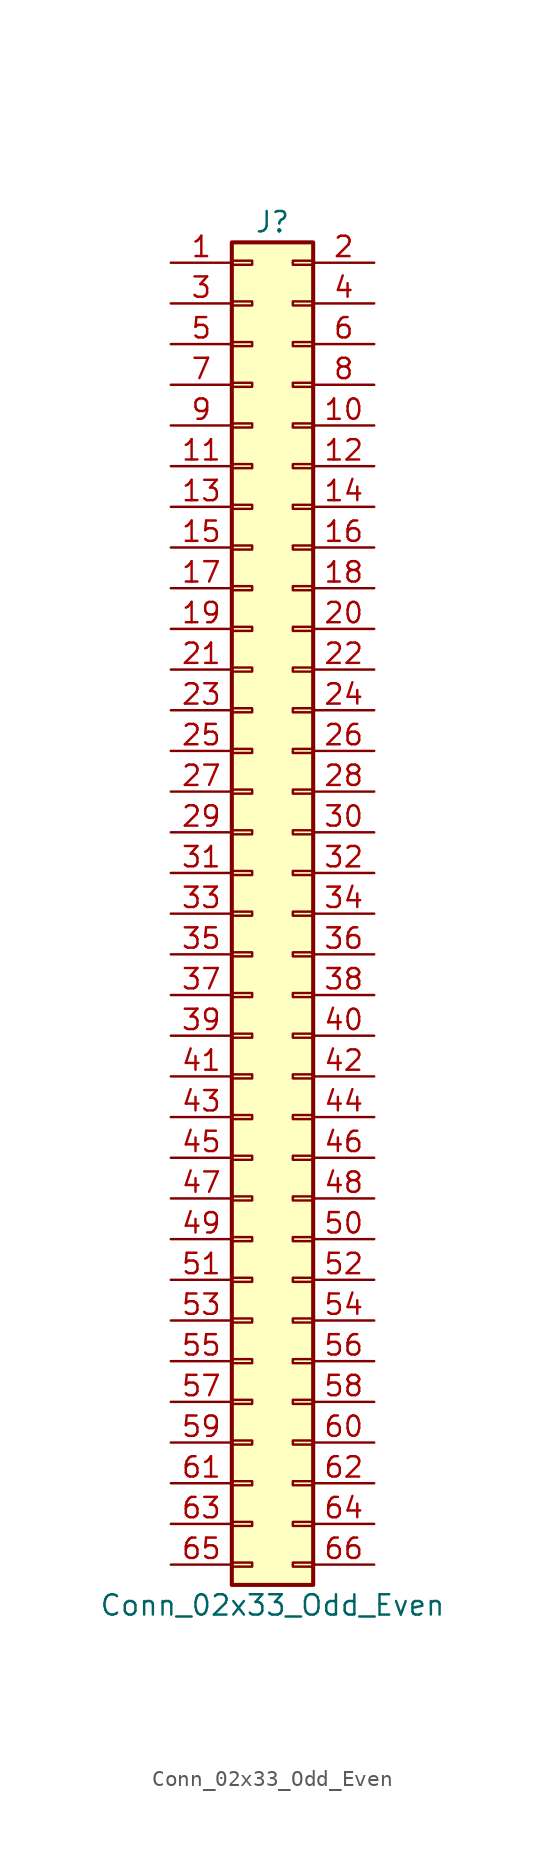
<source format=kicad_sym>
(kicad_symbol_lib
  (version 20201005)
  (generator kicad_symbol_editor)
  (symbol "Conn_02x33_Odd_Even"
    (pin_names
      (offset 1.016) hide)
    (property "Reference" "J"
      (at 1.27 43.18 0)
      (effects (font (size 1.27 1.27))))
    (property "Value" "Conn_02x33_Odd_Even"
      (at 1.27 -43.18 0)
      (effects (font (size 1.27 1.27))))
    (symbol "Conn_02x33_Odd_Even_1_1"
      (rectangle (start -1.27 -40.513) (end 0 -40.767) (stroke (width 0.152)) (fill (type none)))
      (rectangle (start -1.27 -37.973) (end 0 -38.227) (stroke (width 0.152)) (fill (type none)))
      (rectangle (start -1.27 -35.433) (end 0 -35.687) (stroke (width 0.152)) (fill (type none)))
      (rectangle (start -1.27 -32.893) (end 0 -33.147) (stroke (width 0.152)) (fill (type none)))
      (rectangle (start -1.27 -30.353) (end 0 -30.607) (stroke (width 0.152)) (fill (type none)))
      (rectangle (start -1.27 -27.813) (end 0 -28.067) (stroke (width 0.152)) (fill (type none)))
      (rectangle (start -1.27 -25.273) (end 0 -25.527) (stroke (width 0.152)) (fill (type none)))
      (rectangle (start -1.27 -22.733) (end 0 -22.987) (stroke (width 0.152)) (fill (type none)))
      (rectangle (start -1.27 -20.193) (end 0 -20.447) (stroke (width 0.152)) (fill (type none)))
      (rectangle (start -1.27 -17.653) (end 0 -17.907) (stroke (width 0.152)) (fill (type none)))
      (rectangle (start -1.27 -15.113) (end 0 -15.367) (stroke (width 0.152)) (fill (type none)))
      (rectangle (start -1.27 -12.573) (end 0 -12.827) (stroke (width 0.152)) (fill (type none)))
      (rectangle (start -1.27 -10.033) (end 0 -10.287) (stroke (width 0.152)) (fill (type none)))
      (rectangle (start -1.27 -7.493) (end 0 -7.747) (stroke (width 0.152)) (fill (type none)))
      (rectangle (start -1.27 -4.953) (end 0 -5.207) (stroke (width 0.152)) (fill (type none)))
      (rectangle (start -1.27 -2.413) (end 0 -2.667) (stroke (width 0.152)) (fill (type none)))
      (rectangle (start -1.27 0.127) (end 0 -0.127) (stroke (width 0.152)) (fill (type none)))
      (rectangle (start -1.27 2.667) (end 0 2.413) (stroke (width 0.152)) (fill (type none)))
      (rectangle (start -1.27 5.207) (end 0 4.953) (stroke (width 0.152)) (fill (type none)))
      (rectangle (start -1.27 7.747) (end 0 7.493) (stroke (width 0.152)) (fill (type none)))
      (rectangle (start -1.27 10.287) (end 0 10.033) (stroke (width 0.152)) (fill (type none)))
      (rectangle (start -1.27 12.827) (end 0 12.573) (stroke (width 0.152)) (fill (type none)))
      (rectangle (start -1.27 15.367) (end 0 15.113) (stroke (width 0.152)) (fill (type none)))
      (rectangle (start -1.27 17.907) (end 0 17.653) (stroke (width 0.152)) (fill (type none)))
      (rectangle (start -1.27 20.447) (end 0 20.193) (stroke (width 0.152)) (fill (type none)))
      (rectangle (start -1.27 22.987) (end 0 22.733) (stroke (width 0.152)) (fill (type none)))
      (rectangle (start -1.27 25.527) (end 0 25.273) (stroke (width 0.152)) (fill (type none)))
      (rectangle (start -1.27 28.067) (end 0 27.813) (stroke (width 0.152)) (fill (type none)))
      (rectangle (start -1.27 30.607) (end 0 30.353) (stroke (width 0.152)) (fill (type none)))
      (rectangle (start -1.27 33.147) (end 0 32.893) (stroke (width 0.152)) (fill (type none)))
      (rectangle (start -1.27 35.687) (end 0 35.433) (stroke (width 0.152)) (fill (type none)))
      (rectangle (start -1.27 38.227) (end 0 37.973) (stroke (width 0.152)) (fill (type none)))
      (rectangle (start -1.27 40.767) (end 0 40.513) (stroke (width 0.152)) (fill (type none)))
      (rectangle (start -1.27 41.91) (end 3.81 -41.91) (stroke (width 0.254)) (fill (type background)))
      (rectangle (start 3.81 -40.513) (end 2.54 -40.767) (stroke (width 0.152)) (fill (type none)))
      (rectangle (start 3.81 -37.973) (end 2.54 -38.227) (stroke (width 0.152)) (fill (type none)))
      (rectangle (start 3.81 -35.433) (end 2.54 -35.687) (stroke (width 0.152)) (fill (type none)))
      (rectangle (start 3.81 -32.893) (end 2.54 -33.147) (stroke (width 0.152)) (fill (type none)))
      (rectangle (start 3.81 -30.353) (end 2.54 -30.607) (stroke (width 0.152)) (fill (type none)))
      (rectangle (start 3.81 -27.813) (end 2.54 -28.067) (stroke (width 0.152)) (fill (type none)))
      (rectangle (start 3.81 -25.273) (end 2.54 -25.527) (stroke (width 0.152)) (fill (type none)))
      (rectangle (start 3.81 -22.733) (end 2.54 -22.987) (stroke (width 0.152)) (fill (type none)))
      (rectangle (start 3.81 -20.193) (end 2.54 -20.447) (stroke (width 0.152)) (fill (type none)))
      (rectangle (start 3.81 -17.653) (end 2.54 -17.907) (stroke (width 0.152)) (fill (type none)))
      (rectangle (start 3.81 -15.113) (end 2.54 -15.367) (stroke (width 0.152)) (fill (type none)))
      (rectangle (start 3.81 -12.573) (end 2.54 -12.827) (stroke (width 0.152)) (fill (type none)))
      (rectangle (start 3.81 -10.033) (end 2.54 -10.287) (stroke (width 0.152)) (fill (type none)))
      (rectangle (start 3.81 -7.493) (end 2.54 -7.747) (stroke (width 0.152)) (fill (type none)))
      (rectangle (start 3.81 -4.953) (end 2.54 -5.207) (stroke (width 0.152)) (fill (type none)))
      (rectangle (start 3.81 -2.413) (end 2.54 -2.667) (stroke (width 0.152)) (fill (type none)))
      (rectangle (start 3.81 0.127) (end 2.54 -0.127) (stroke (width 0.152)) (fill (type none)))
      (rectangle (start 3.81 2.667) (end 2.54 2.413) (stroke (width 0.152)) (fill (type none)))
      (rectangle (start 3.81 5.207) (end 2.54 4.953) (stroke (width 0.152)) (fill (type none)))
      (rectangle (start 3.81 7.747) (end 2.54 7.493) (stroke (width 0.152)) (fill (type none)))
      (rectangle (start 3.81 10.287) (end 2.54 10.033) (stroke (width 0.152)) (fill (type none)))
      (rectangle (start 3.81 12.827) (end 2.54 12.573) (stroke (width 0.152)) (fill (type none)))
      (rectangle (start 3.81 15.367) (end 2.54 15.113) (stroke (width 0.152)) (fill (type none)))
      (rectangle (start 3.81 17.907) (end 2.54 17.653) (stroke (width 0.152)) (fill (type none)))
      (rectangle (start 3.81 20.447) (end 2.54 20.193) (stroke (width 0.152)) (fill (type none)))
      (rectangle (start 3.81 22.987) (end 2.54 22.733) (stroke (width 0.152)) (fill (type none)))
      (rectangle (start 3.81 25.527) (end 2.54 25.273) (stroke (width 0.152)) (fill (type none)))
      (rectangle (start 3.81 28.067) (end 2.54 27.813) (stroke (width 0.152)) (fill (type none)))
      (rectangle (start 3.81 30.607) (end 2.54 30.353) (stroke (width 0.152)) (fill (type none)))
      (rectangle (start 3.81 33.147) (end 2.54 32.893) (stroke (width 0.152)) (fill (type none)))
      (rectangle (start 3.81 35.687) (end 2.54 35.433) (stroke (width 0.152)) (fill (type none)))
      (rectangle (start 3.81 38.227) (end 2.54 37.973) (stroke (width 0.152)) (fill (type none)))
      (rectangle (start 3.81 40.767) (end 2.54 40.513) (stroke (width 0.152)) (fill (type none)))
      (pin passive line (at -5.08 40.64 0) (length 3.81) (name "Pin_1" (effects (font (size 1.27 1.27)))) (number "1" (effects (font (size 1.27 1.27)))))
      (pin passive line (at 7.62 30.48 180) (length 3.81) (name "Pin_10" (effects (font (size 1.27 1.27)))) (number "10" (effects (font (size 1.27 1.27)))))
      (pin passive line (at -5.08 27.94 0) (length 3.81) (name "Pin_11" (effects (font (size 1.27 1.27)))) (number "11" (effects (font (size 1.27 1.27)))))
      (pin passive line (at 7.62 27.94 180) (length 3.81) (name "Pin_12" (effects (font (size 1.27 1.27)))) (number "12" (effects (font (size 1.27 1.27)))))
      (pin passive line (at -5.08 25.4 0) (length 3.81) (name "Pin_13" (effects (font (size 1.27 1.27)))) (number "13" (effects (font (size 1.27 1.27)))))
      (pin passive line (at 7.62 25.4 180) (length 3.81) (name "Pin_14" (effects (font (size 1.27 1.27)))) (number "14" (effects (font (size 1.27 1.27)))))
      (pin passive line (at -5.08 22.86 0) (length 3.81) (name "Pin_15" (effects (font (size 1.27 1.27)))) (number "15" (effects (font (size 1.27 1.27)))))
      (pin passive line (at 7.62 22.86 180) (length 3.81) (name "Pin_16" (effects (font (size 1.27 1.27)))) (number "16" (effects (font (size 1.27 1.27)))))
      (pin passive line (at -5.08 20.32 0) (length 3.81) (name "Pin_17" (effects (font (size 1.27 1.27)))) (number "17" (effects (font (size 1.27 1.27)))))
      (pin passive line (at 7.62 20.32 180) (length 3.81) (name "Pin_18" (effects (font (size 1.27 1.27)))) (number "18" (effects (font (size 1.27 1.27)))))
      (pin passive line (at -5.08 17.78 0) (length 3.81) (name "Pin_19" (effects (font (size 1.27 1.27)))) (number "19" (effects (font (size 1.27 1.27)))))
      (pin passive line (at 7.62 40.64 180) (length 3.81) (name "Pin_2" (effects (font (size 1.27 1.27)))) (number "2" (effects (font (size 1.27 1.27)))))
      (pin passive line (at 7.62 17.78 180) (length 3.81) (name "Pin_20" (effects (font (size 1.27 1.27)))) (number "20" (effects (font (size 1.27 1.27)))))
      (pin passive line (at -5.08 15.24 0) (length 3.81) (name "Pin_21" (effects (font (size 1.27 1.27)))) (number "21" (effects (font (size 1.27 1.27)))))
      (pin passive line (at 7.62 15.24 180) (length 3.81) (name "Pin_22" (effects (font (size 1.27 1.27)))) (number "22" (effects (font (size 1.27 1.27)))))
      (pin passive line (at -5.08 12.7 0) (length 3.81) (name "Pin_23" (effects (font (size 1.27 1.27)))) (number "23" (effects (font (size 1.27 1.27)))))
      (pin passive line (at 7.62 12.7 180) (length 3.81) (name "Pin_24" (effects (font (size 1.27 1.27)))) (number "24" (effects (font (size 1.27 1.27)))))
      (pin passive line (at -5.08 10.16 0) (length 3.81) (name "Pin_25" (effects (font (size 1.27 1.27)))) (number "25" (effects (font (size 1.27 1.27)))))
      (pin passive line (at 7.62 10.16 180) (length 3.81) (name "Pin_26" (effects (font (size 1.27 1.27)))) (number "26" (effects (font (size 1.27 1.27)))))
      (pin passive line (at -5.08 7.62 0) (length 3.81) (name "Pin_27" (effects (font (size 1.27 1.27)))) (number "27" (effects (font (size 1.27 1.27)))))
      (pin passive line (at 7.62 7.62 180) (length 3.81) (name "Pin_28" (effects (font (size 1.27 1.27)))) (number "28" (effects (font (size 1.27 1.27)))))
      (pin passive line (at -5.08 5.08 0) (length 3.81) (name "Pin_29" (effects (font (size 1.27 1.27)))) (number "29" (effects (font (size 1.27 1.27)))))
      (pin passive line (at -5.08 38.1 0) (length 3.81) (name "Pin_3" (effects (font (size 1.27 1.27)))) (number "3" (effects (font (size 1.27 1.27)))))
      (pin passive line (at 7.62 5.08 180) (length 3.81) (name "Pin_30" (effects (font (size 1.27 1.27)))) (number "30" (effects (font (size 1.27 1.27)))))
      (pin passive line (at -5.08 2.54 0) (length 3.81) (name "Pin_31" (effects (font (size 1.27 1.27)))) (number "31" (effects (font (size 1.27 1.27)))))
      (pin passive line (at 7.62 2.54 180) (length 3.81) (name "Pin_32" (effects (font (size 1.27 1.27)))) (number "32" (effects (font (size 1.27 1.27)))))
      (pin passive line (at -5.08 0 0) (length 3.81) (name "Pin_33" (effects (font (size 1.27 1.27)))) (number "33" (effects (font (size 1.27 1.27)))))
      (pin passive line (at 7.62 0 180) (length 3.81) (name "Pin_34" (effects (font (size 1.27 1.27)))) (number "34" (effects (font (size 1.27 1.27)))))
      (pin passive line (at -5.08 -2.54 0) (length 3.81) (name "Pin_35" (effects (font (size 1.27 1.27)))) (number "35" (effects (font (size 1.27 1.27)))))
      (pin passive line (at 7.62 -2.54 180) (length 3.81) (name "Pin_36" (effects (font (size 1.27 1.27)))) (number "36" (effects (font (size 1.27 1.27)))))
      (pin passive line (at -5.08 -5.08 0) (length 3.81) (name "Pin_37" (effects (font (size 1.27 1.27)))) (number "37" (effects (font (size 1.27 1.27)))))
      (pin passive line (at 7.62 -5.08 180) (length 3.81) (name "Pin_38" (effects (font (size 1.27 1.27)))) (number "38" (effects (font (size 1.27 1.27)))))
      (pin passive line (at -5.08 -7.62 0) (length 3.81) (name "Pin_39" (effects (font (size 1.27 1.27)))) (number "39" (effects (font (size 1.27 1.27)))))
      (pin passive line (at 7.62 38.1 180) (length 3.81) (name "Pin_4" (effects (font (size 1.27 1.27)))) (number "4" (effects (font (size 1.27 1.27)))))
      (pin passive line (at 7.62 -7.62 180) (length 3.81) (name "Pin_40" (effects (font (size 1.27 1.27)))) (number "40" (effects (font (size 1.27 1.27)))))
      (pin passive line (at -5.08 -10.16 0) (length 3.81) (name "Pin_41" (effects (font (size 1.27 1.27)))) (number "41" (effects (font (size 1.27 1.27)))))
      (pin passive line (at 7.62 -10.16 180) (length 3.81) (name "Pin_42" (effects (font (size 1.27 1.27)))) (number "42" (effects (font (size 1.27 1.27)))))
      (pin passive line (at -5.08 -12.7 0) (length 3.81) (name "Pin_43" (effects (font (size 1.27 1.27)))) (number "43" (effects (font (size 1.27 1.27)))))
      (pin passive line (at 7.62 -12.7 180) (length 3.81) (name "Pin_44" (effects (font (size 1.27 1.27)))) (number "44" (effects (font (size 1.27 1.27)))))
      (pin passive line (at -5.08 -15.24 0) (length 3.81) (name "Pin_45" (effects (font (size 1.27 1.27)))) (number "45" (effects (font (size 1.27 1.27)))))
      (pin passive line (at 7.62 -15.24 180) (length 3.81) (name "Pin_46" (effects (font (size 1.27 1.27)))) (number "46" (effects (font (size 1.27 1.27)))))
      (pin passive line (at -5.08 -17.78 0) (length 3.81) (name "Pin_47" (effects (font (size 1.27 1.27)))) (number "47" (effects (font (size 1.27 1.27)))))
      (pin passive line (at 7.62 -17.78 180) (length 3.81) (name "Pin_48" (effects (font (size 1.27 1.27)))) (number "48" (effects (font (size 1.27 1.27)))))
      (pin passive line (at -5.08 -20.32 0) (length 3.81) (name "Pin_49" (effects (font (size 1.27 1.27)))) (number "49" (effects (font (size 1.27 1.27)))))
      (pin passive line (at -5.08 35.56 0) (length 3.81) (name "Pin_5" (effects (font (size 1.27 1.27)))) (number "5" (effects (font (size 1.27 1.27)))))
      (pin passive line (at 7.62 -20.32 180) (length 3.81) (name "Pin_50" (effects (font (size 1.27 1.27)))) (number "50" (effects (font (size 1.27 1.27)))))
      (pin passive line (at -5.08 -22.86 0) (length 3.81) (name "Pin_51" (effects (font (size 1.27 1.27)))) (number "51" (effects (font (size 1.27 1.27)))))
      (pin passive line (at 7.62 -22.86 180) (length 3.81) (name "Pin_52" (effects (font (size 1.27 1.27)))) (number "52" (effects (font (size 1.27 1.27)))))
      (pin passive line (at -5.08 -25.4 0) (length 3.81) (name "Pin_53" (effects (font (size 1.27 1.27)))) (number "53" (effects (font (size 1.27 1.27)))))
      (pin passive line (at 7.62 -25.4 180) (length 3.81) (name "Pin_54" (effects (font (size 1.27 1.27)))) (number "54" (effects (font (size 1.27 1.27)))))
      (pin passive line (at -5.08 -27.94 0) (length 3.81) (name "Pin_55" (effects (font (size 1.27 1.27)))) (number "55" (effects (font (size 1.27 1.27)))))
      (pin passive line (at 7.62 -27.94 180) (length 3.81) (name "Pin_56" (effects (font (size 1.27 1.27)))) (number "56" (effects (font (size 1.27 1.27)))))
      (pin passive line (at -5.08 -30.48 0) (length 3.81) (name "Pin_57" (effects (font (size 1.27 1.27)))) (number "57" (effects (font (size 1.27 1.27)))))
      (pin passive line (at 7.62 -30.48 180) (length 3.81) (name "Pin_58" (effects (font (size 1.27 1.27)))) (number "58" (effects (font (size 1.27 1.27)))))
      (pin passive line (at -5.08 -33.02 0) (length 3.81) (name "Pin_59" (effects (font (size 1.27 1.27)))) (number "59" (effects (font (size 1.27 1.27)))))
      (pin passive line (at 7.62 35.56 180) (length 3.81) (name "Pin_6" (effects (font (size 1.27 1.27)))) (number "6" (effects (font (size 1.27 1.27)))))
      (pin passive line (at 7.62 -33.02 180) (length 3.81) (name "Pin_60" (effects (font (size 1.27 1.27)))) (number "60" (effects (font (size 1.27 1.27)))))
      (pin passive line (at -5.08 -35.56 0) (length 3.81) (name "Pin_61" (effects (font (size 1.27 1.27)))) (number "61" (effects (font (size 1.27 1.27)))))
      (pin passive line (at 7.62 -35.56 180) (length 3.81) (name "Pin_62" (effects (font (size 1.27 1.27)))) (number "62" (effects (font (size 1.27 1.27)))))
      (pin passive line (at -5.08 -38.1 0) (length 3.81) (name "Pin_63" (effects (font (size 1.27 1.27)))) (number "63" (effects (font (size 1.27 1.27)))))
      (pin passive line (at 7.62 -38.1 180) (length 3.81) (name "Pin_64" (effects (font (size 1.27 1.27)))) (number "64" (effects (font (size 1.27 1.27)))))
      (pin passive line (at -5.08 -40.64 0) (length 3.81) (name "Pin_65" (effects (font (size 1.27 1.27)))) (number "65" (effects (font (size 1.27 1.27)))))
      (pin passive line (at 7.62 -40.64 180) (length 3.81) (name "Pin_66" (effects (font (size 1.27 1.27)))) (number "66" (effects (font (size 1.27 1.27)))))
      (pin passive line (at -5.08 33.02 0) (length 3.81) (name "Pin_7" (effects (font (size 1.27 1.27)))) (number "7" (effects (font (size 1.27 1.27)))))
      (pin passive line (at 7.62 33.02 180) (length 3.81) (name "Pin_8" (effects (font (size 1.27 1.27)))) (number "8" (effects (font (size 1.27 1.27)))))
      (pin passive line (at -5.08 30.48 0) (length 3.81) (name "Pin_9" (effects (font (size 1.27 1.27)))) (number "9" (effects (font (size 1.27 1.27))))))))
</source>
